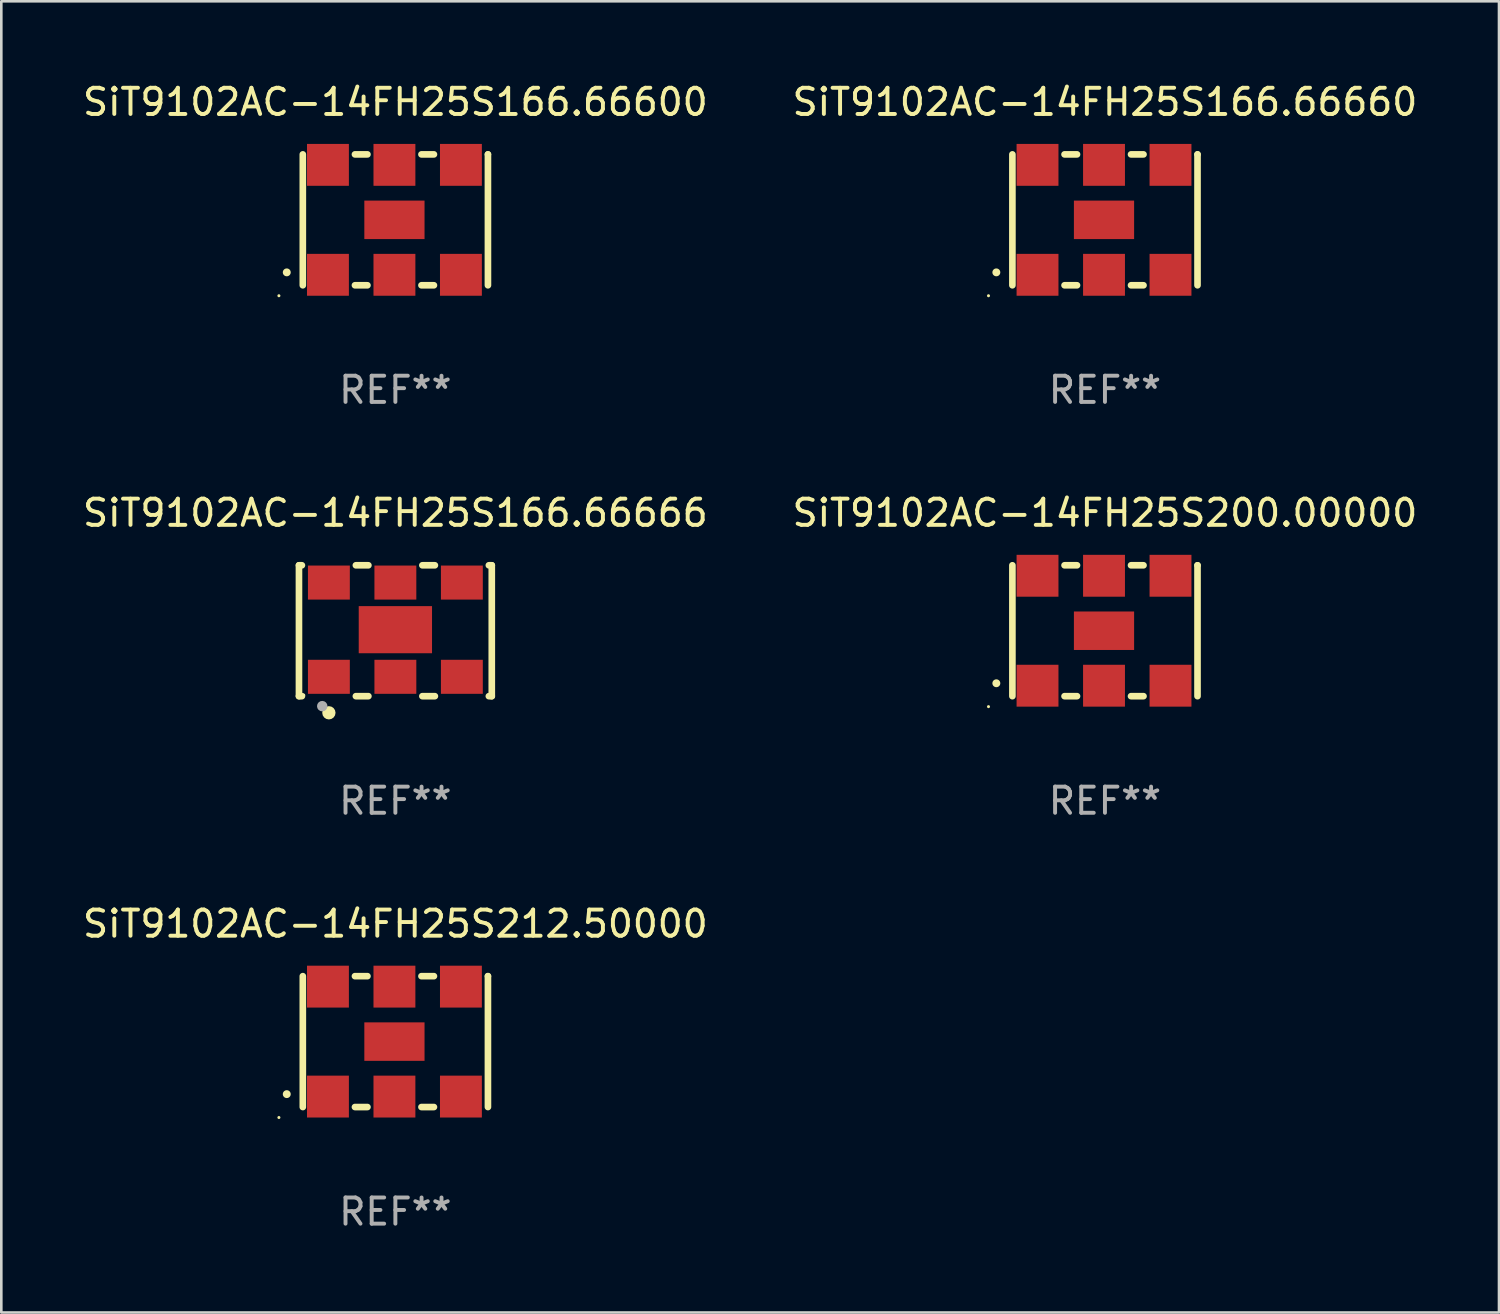
<source format=kicad_pcb>
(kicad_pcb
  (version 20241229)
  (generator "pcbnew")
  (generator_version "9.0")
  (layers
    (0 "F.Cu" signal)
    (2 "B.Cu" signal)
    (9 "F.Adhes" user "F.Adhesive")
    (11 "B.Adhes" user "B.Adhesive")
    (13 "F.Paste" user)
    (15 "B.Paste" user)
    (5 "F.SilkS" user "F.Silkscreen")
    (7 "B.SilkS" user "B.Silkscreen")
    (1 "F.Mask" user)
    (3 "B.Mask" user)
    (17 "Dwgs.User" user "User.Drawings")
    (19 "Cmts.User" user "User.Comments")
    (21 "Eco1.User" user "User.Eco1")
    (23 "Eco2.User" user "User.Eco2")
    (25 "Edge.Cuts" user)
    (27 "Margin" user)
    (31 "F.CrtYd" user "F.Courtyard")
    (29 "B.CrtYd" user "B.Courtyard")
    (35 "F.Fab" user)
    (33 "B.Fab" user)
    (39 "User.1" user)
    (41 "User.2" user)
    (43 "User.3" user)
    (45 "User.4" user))
  (footprint "SiT9102AC-14FH25S200.00000"
    (layer "F.Cu")
    (at 39.161 21.045)
    (property "Reference" "SiT9102AC-14FH25S200.00000" (at 0 -4.5 0) (layer "F.SilkS") (effects (font (size 1 1) (thickness 0.15))))
    (attr through_hole)
    (fp_line (start -3.536 -2.5) (end -3.536 2.5) (stroke (width 0.254) (type solid)) (layer "F.SilkS"))
    (fp_line (start -1.544 2.5) (end -1.067 2.5) (stroke (width 0.254) (type solid)) (layer "F.SilkS"))
    (fp_line (start -1.067 -2.5) (end -1.544 -2.5) (stroke (width 0.254) (type solid)) (layer "F.SilkS"))
    (fp_line (start 0.996 2.5) (end 1.473 2.5) (stroke (width 0.254) (type solid)) (layer "F.SilkS"))
    (fp_line (start 1.473 -2.5) (end 0.996 -2.5) (stroke (width 0.254) (type solid)) (layer "F.SilkS"))
    (fp_line (start 3.536 -2.5) (end 3.536 -2.5) (stroke (width 0.254) (type solid)) (layer "F.SilkS"))
    (fp_line (start 3.536 2.5) (end 3.536 -2.5) (stroke (width 0.254) (type solid)) (layer "F.SilkS"))
    (fp_arc (start -4.150432 2.006604) (mid -4.149162 2.006599) (end -4.147892 2.006604) (stroke (width 0.3) (type solid)) (layer "F.SilkS"))
    (fp_circle (center -4.449 2.9) (end -4.419 2.9) (stroke (width 0.06) (type solid)) (fill no) (layer "F.SilkS"))
    (fp_text user "REF**" (at 0 6.5 0) (layer "F.Fab") (effects (font (size 1 1) (thickness 0.15))))
    (pad "1" smd rect (at -2.576 2.1) (size 1.6 1.6) (layers "F.Cu" "F.Mask" "F.Paste"))
    (pad "2" smd rect (at -0.036 2.1) (size 1.6 1.6) (layers "F.Cu" "F.Mask" "F.Paste"))
    (pad "3" smd rect (at 2.504 2.1) (size 1.6 1.6) (layers "F.Cu" "F.Mask" "F.Paste"))
    (pad "4" smd rect (at 2.504 -2.1) (size 1.6 1.6) (layers "F.Cu" "F.Mask" "F.Paste"))
    (pad "5" smd rect (at -0.036 -2.1) (size 1.6 1.6) (layers "F.Cu" "F.Mask" "F.Paste"))
    (pad "6" smd rect (at -2.576 -2.1) (size 1.6 1.6) (layers "F.Cu" "F.Mask" "F.Paste"))
    (pad "7" smd rect (at -0.036 0) (size 2.3 1.47) (layers "F.Cu" "F.Mask" "F.Paste")))
  (footprint "SiT9102AC-14FH25S166.66600"
    (layer "F.Cu")
    (at 12.054 5.348)
    (property "Reference" "SiT9102AC-14FH25S166.66600" (at 0 -4.5 0) (layer "F.SilkS") (effects (font (size 1 1) (thickness 0.15))))
    (attr through_hole)
    (fp_line (start -3.536 -2.5) (end -3.536 2.5) (stroke (width 0.254) (type solid)) (layer "F.SilkS"))
    (fp_line (start -1.544 2.5) (end -1.067 2.5) (stroke (width 0.254) (type solid)) (layer "F.SilkS"))
    (fp_line (start -1.067 -2.5) (end -1.544 -2.5) (stroke (width 0.254) (type solid)) (layer "F.SilkS"))
    (fp_line (start 0.996 2.5) (end 1.473 2.5) (stroke (width 0.254) (type solid)) (layer "F.SilkS"))
    (fp_line (start 1.473 -2.5) (end 0.996 -2.5) (stroke (width 0.254) (type solid)) (layer "F.SilkS"))
    (fp_line (start 3.536 -2.5) (end 3.536 -2.5) (stroke (width 0.254) (type solid)) (layer "F.SilkS"))
    (fp_line (start 3.536 2.5) (end 3.536 -2.5) (stroke (width 0.254) (type solid)) (layer "F.SilkS"))
    (fp_arc (start -4.150432 2.006604) (mid -4.149162 2.006599) (end -4.147892 2.006604) (stroke (width 0.3) (type solid)) (layer "F.SilkS"))
    (fp_circle (center -4.449 2.9) (end -4.419 2.9) (stroke (width 0.06) (type solid)) (fill no) (layer "F.SilkS"))
    (fp_text user "REF**" (at 0 6.5 0) (layer "F.Fab") (effects (font (size 1 1) (thickness 0.15))))
    (pad "1" smd rect (at -2.576 2.1) (size 1.6 1.6) (layers "F.Cu" "F.Mask" "F.Paste"))
    (pad "2" smd rect (at -0.036 2.1) (size 1.6 1.6) (layers "F.Cu" "F.Mask" "F.Paste"))
    (pad "3" smd rect (at 2.504 2.1) (size 1.6 1.6) (layers "F.Cu" "F.Mask" "F.Paste"))
    (pad "4" smd rect (at 2.504 -2.1) (size 1.6 1.6) (layers "F.Cu" "F.Mask" "F.Paste"))
    (pad "5" smd rect (at -0.036 -2.1) (size 1.6 1.6) (layers "F.Cu" "F.Mask" "F.Paste"))
    (pad "6" smd rect (at -2.576 -2.1) (size 1.6 1.6) (layers "F.Cu" "F.Mask" "F.Paste"))
    (pad "7" smd rect (at -0.036 0) (size 2.3 1.47) (layers "F.Cu" "F.Mask" "F.Paste")))
  (footprint "SiT9102AC-14FH25S212.50000"
    (layer "F.Cu")
    (at 12.054 36.741)
    (property "Reference" "SiT9102AC-14FH25S212.50000" (at 0 -4.5 0) (layer "F.SilkS") (effects (font (size 1 1) (thickness 0.15))))
    (attr through_hole)
    (fp_line (start -3.536 -2.5) (end -3.536 2.5) (stroke (width 0.254) (type solid)) (layer "F.SilkS"))
    (fp_line (start -1.544 2.5) (end -1.067 2.5) (stroke (width 0.254) (type solid)) (layer "F.SilkS"))
    (fp_line (start -1.067 -2.5) (end -1.544 -2.5) (stroke (width 0.254) (type solid)) (layer "F.SilkS"))
    (fp_line (start 0.996 2.5) (end 1.473 2.5) (stroke (width 0.254) (type solid)) (layer "F.SilkS"))
    (fp_line (start 1.473 -2.5) (end 0.996 -2.5) (stroke (width 0.254) (type solid)) (layer "F.SilkS"))
    (fp_line (start 3.536 -2.5) (end 3.536 -2.5) (stroke (width 0.254) (type solid)) (layer "F.SilkS"))
    (fp_line (start 3.536 2.5) (end 3.536 -2.5) (stroke (width 0.254) (type solid)) (layer "F.SilkS"))
    (fp_arc (start -4.150432 2.006604) (mid -4.149162 2.006599) (end -4.147892 2.006604) (stroke (width 0.3) (type solid)) (layer "F.SilkS"))
    (fp_circle (center -4.449 2.9) (end -4.419 2.9) (stroke (width 0.06) (type solid)) (fill no) (layer "F.SilkS"))
    (fp_text user "REF**" (at 0 6.5 0) (layer "F.Fab") (effects (font (size 1 1) (thickness 0.15))))
    (pad "1" smd rect (at -2.576 2.1) (size 1.6 1.6) (layers "F.Cu" "F.Mask" "F.Paste"))
    (pad "2" smd rect (at -0.036 2.1) (size 1.6 1.6) (layers "F.Cu" "F.Mask" "F.Paste"))
    (pad "3" smd rect (at 2.504 2.1) (size 1.6 1.6) (layers "F.Cu" "F.Mask" "F.Paste"))
    (pad "4" smd rect (at 2.504 -2.1) (size 1.6 1.6) (layers "F.Cu" "F.Mask" "F.Paste"))
    (pad "5" smd rect (at -0.036 -2.1) (size 1.6 1.6) (layers "F.Cu" "F.Mask" "F.Paste"))
    (pad "6" smd rect (at -2.576 -2.1) (size 1.6 1.6) (layers "F.Cu" "F.Mask" "F.Paste"))
    (pad "7" smd rect (at -0.036 0) (size 2.3 1.47) (layers "F.Cu" "F.Mask" "F.Paste")))
  (footprint "SiT9102AC-14FH25S166.66666"
    (layer "F.Cu")
    (at 12.054 21.045)
    (property "Reference" "SiT9102AC-14FH25S166.66666" (at 0 -4.5 0) (layer "F.SilkS") (effects (font (size 1 1) (thickness 0.15))))
    (attr through_hole)
    (fp_line (start -3.683 -2.5) (end -3.571 -2.5) (stroke (width 0.254) (type solid)) (layer "F.SilkS"))
    (fp_line (start -3.683 2.5) (end -3.683 -2.5) (stroke (width 0.254) (type solid)) (layer "F.SilkS"))
    (fp_line (start -3.683 2.5) (end -3.571 2.5) (stroke (width 0.254) (type solid)) (layer "F.SilkS"))
    (fp_line (start -1.509 -2.5) (end -1.031 -2.5) (stroke (width 0.254) (type solid)) (layer "F.SilkS"))
    (fp_line (start -1.509 2.5) (end -1.031 2.5) (stroke (width 0.254) (type solid)) (layer "F.SilkS"))
    (fp_line (start 1.031 -2.5) (end 1.509 -2.5) (stroke (width 0.254) (type solid)) (layer "F.SilkS"))
    (fp_line (start 1.031 2.5) (end 1.509 2.5) (stroke (width 0.254) (type solid)) (layer "F.SilkS"))
    (fp_line (start 3.571 -2.5) (end 3.683 -2.5) (stroke (width 0.254) (type solid)) (layer "F.SilkS"))
    (fp_line (start 3.571 2.5) (end 3.683 2.5) (stroke (width 0.254) (type solid)) (layer "F.SilkS"))
    (fp_line (start 3.683 2.5) (end 3.683 -2.5) (stroke (width 0.254) (type solid)) (layer "F.SilkS"))
    (fp_circle (center -3.5 2.46) (end -3.47 2.46) (stroke (width 0.06) (type solid)) (fill no) (layer "F.SilkS"))
    (fp_circle (center -2.54 3.135) (end -2.413 3.135) (stroke (width 0.254) (type solid)) (fill no) (layer "F.SilkS"))
    (fp_circle (center -2.794 2.881) (end -2.694 2.881) (stroke (width 0.2) (type solid)) (fill no) (layer "F.Fab"))
    (fp_text user "REF**" (at 0 6.5 0) (layer "F.Fab") (effects (font (size 1 1) (thickness 0.15))))
    (pad "1" smd rect (at -2.54 1.76) (size 1.6 1.3) (layers "F.Cu" "F.Mask" "F.Paste"))
    (pad "2" smd rect (at 0 1.76) (size 1.6 1.3) (layers "F.Cu" "F.Mask" "F.Paste"))
    (pad "3" smd rect (at 2.54 1.76) (size 1.6 1.3) (layers "F.Cu" "F.Mask" "F.Paste"))
    (pad "4" smd rect (at 2.54 -1.84) (size 1.6 1.3) (layers "F.Cu" "F.Mask" "F.Paste"))
    (pad "5" smd rect (at 0 -1.84) (size 1.6 1.3) (layers "F.Cu" "F.Mask" "F.Paste"))
    (pad "6" smd rect (at -2.54 -1.84) (size 1.6 1.3) (layers "F.Cu" "F.Mask" "F.Paste"))
    (pad "7" smd rect (at 0 -0.04) (size 2.8 1.8) (layers "F.Cu" "F.Mask" "F.Paste")))
  (footprint "SiT9102AC-14FH25S166.66660"
    (layer "F.Cu")
    (at 39.161 5.348)
    (property "Reference" "SiT9102AC-14FH25S166.66660" (at 0 -4.5 0) (layer "F.SilkS") (effects (font (size 1 1) (thickness 0.15))))
    (attr through_hole)
    (fp_line (start -3.536 -2.5) (end -3.536 2.5) (stroke (width 0.254) (type solid)) (layer "F.SilkS"))
    (fp_line (start -1.544 2.5) (end -1.067 2.5) (stroke (width 0.254) (type solid)) (layer "F.SilkS"))
    (fp_line (start -1.067 -2.5) (end -1.544 -2.5) (stroke (width 0.254) (type solid)) (layer "F.SilkS"))
    (fp_line (start 0.996 2.5) (end 1.473 2.5) (stroke (width 0.254) (type solid)) (layer "F.SilkS"))
    (fp_line (start 1.473 -2.5) (end 0.996 -2.5) (stroke (width 0.254) (type solid)) (layer "F.SilkS"))
    (fp_line (start 3.536 -2.5) (end 3.536 -2.5) (stroke (width 0.254) (type solid)) (layer "F.SilkS"))
    (fp_line (start 3.536 2.5) (end 3.536 -2.5) (stroke (width 0.254) (type solid)) (layer "F.SilkS"))
    (fp_arc (start -4.150432 2.006604) (mid -4.149162 2.006599) (end -4.147892 2.006604) (stroke (width 0.3) (type solid)) (layer "F.SilkS"))
    (fp_circle (center -4.449 2.9) (end -4.419 2.9) (stroke (width 0.06) (type solid)) (fill no) (layer "F.SilkS"))
    (fp_text user "REF**" (at 0 6.5 0) (layer "F.Fab") (effects (font (size 1 1) (thickness 0.15))))
    (pad "1" smd rect (at -2.576 2.1) (size 1.6 1.6) (layers "F.Cu" "F.Mask" "F.Paste"))
    (pad "2" smd rect (at -0.036 2.1) (size 1.6 1.6) (layers "F.Cu" "F.Mask" "F.Paste"))
    (pad "3" smd rect (at 2.504 2.1) (size 1.6 1.6) (layers "F.Cu" "F.Mask" "F.Paste"))
    (pad "4" smd rect (at 2.504 -2.1) (size 1.6 1.6) (layers "F.Cu" "F.Mask" "F.Paste"))
    (pad "5" smd rect (at -0.036 -2.1) (size 1.6 1.6) (layers "F.Cu" "F.Mask" "F.Paste"))
    (pad "6" smd rect (at -2.576 -2.1) (size 1.6 1.6) (layers "F.Cu" "F.Mask" "F.Paste"))
    (pad "7" smd rect (at -0.036 0) (size 2.3 1.47) (layers "F.Cu" "F.Mask" "F.Paste")))
  (gr_rect
    (start -3 -3)
    (end 54.214 47.09)
    (stroke (width 0.1) (type default))
    (fill no)
    (layer "Edge.Cuts")))
</source>
